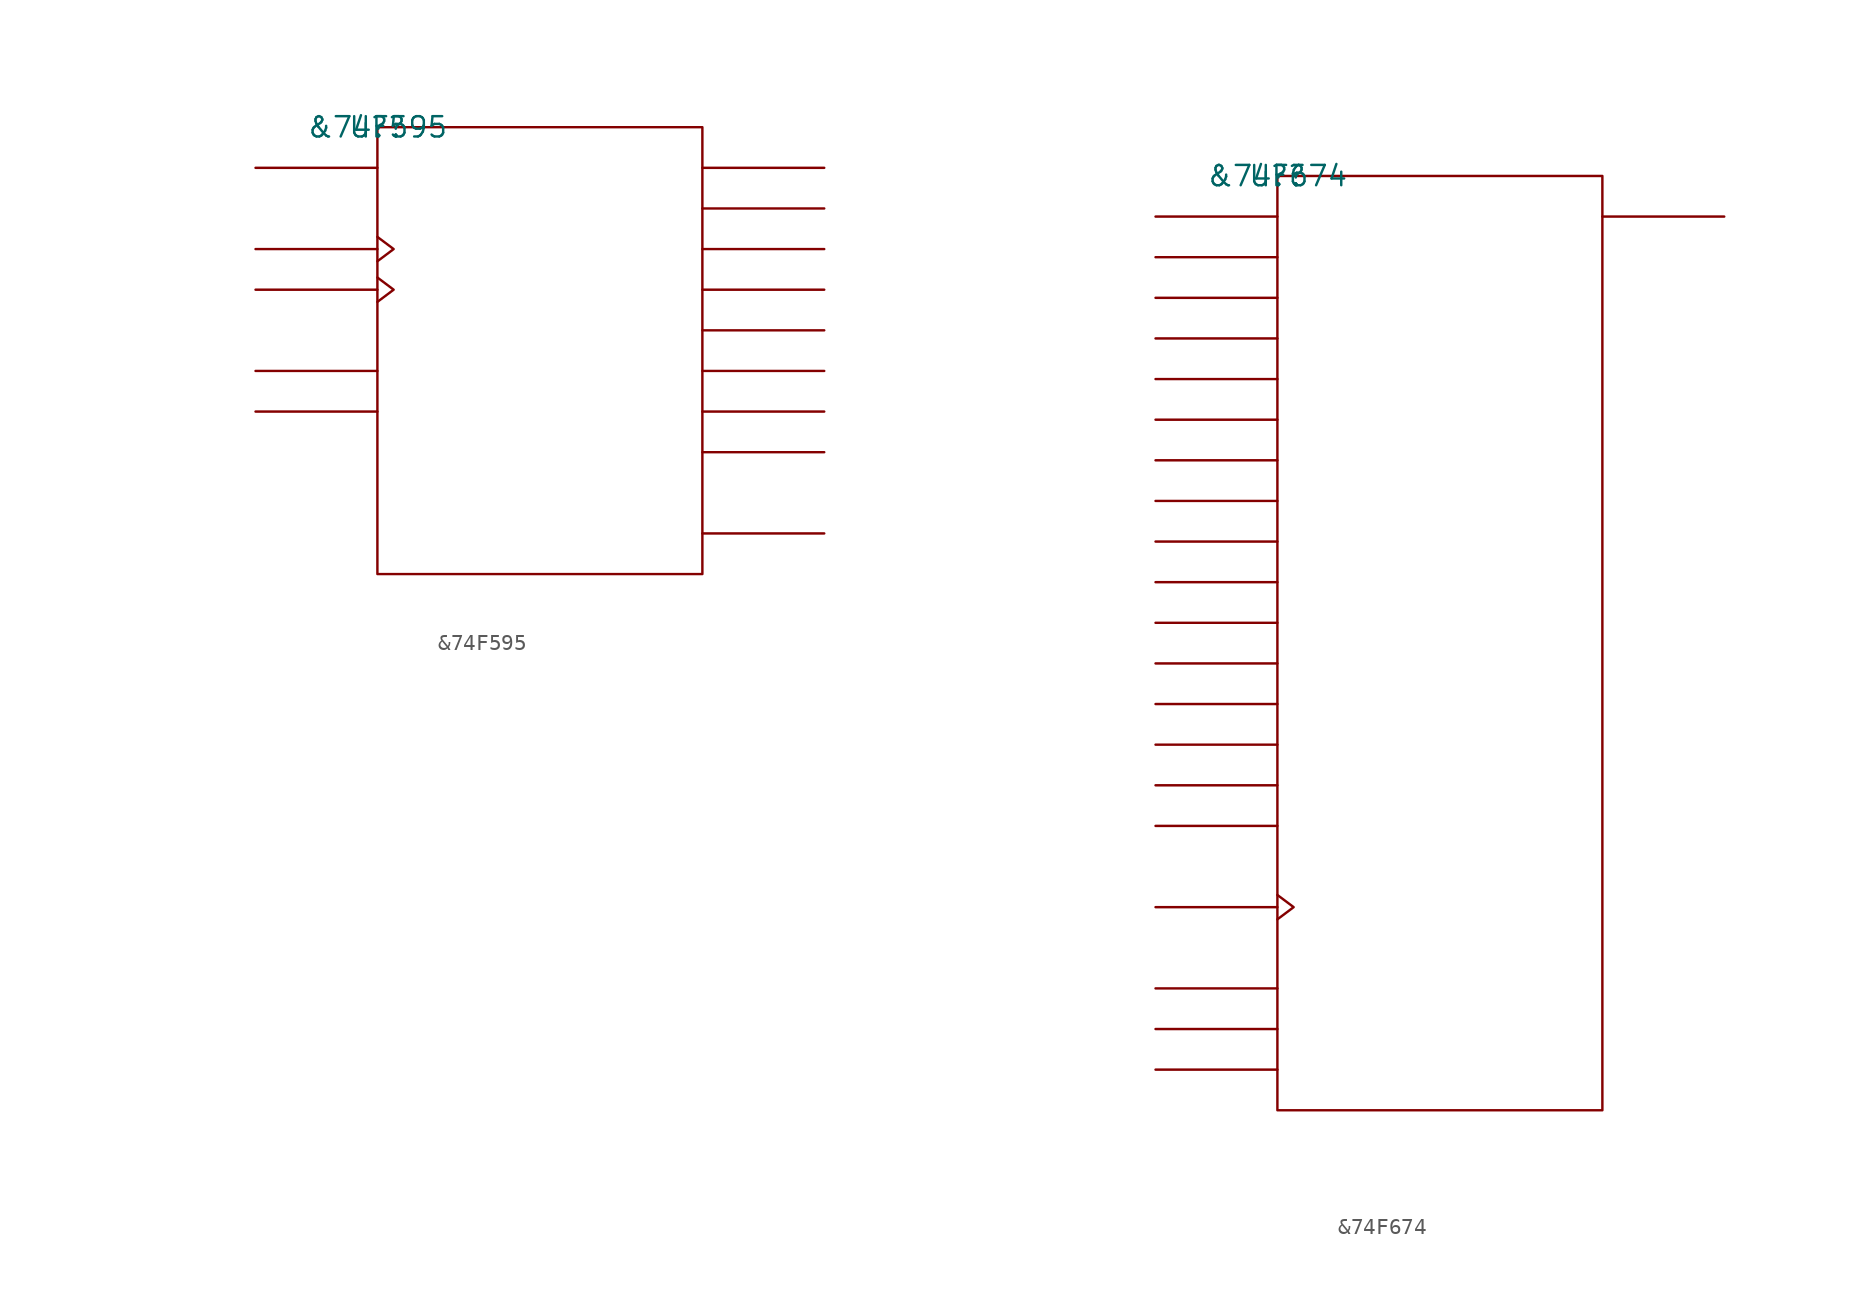
<source format=kicad_sym>
(kicad_symbol_lib
  (version 20211014)
  (generator kicad_symbol_editor)
  (symbol "&74F595"
    (pin_names
      (offset 0.762))
    (property "Reference" "U?"
      (at 0 0 0)
      (effects (font (size 1.27 1.27))))
    (property "Value" "&74F595"
      (at 0 0 0)
      (effects (font (size 1.27 1.27))))
    (symbol "&74F595_0_1"
      (rectangle (start 0 -27.94) (end 20.32 0) (stroke (width 0) (type default) (color 0 0 0 0)) (fill (type none)))
      (polyline (pts (xy 0 -17.78) (xy -7.62 -17.78)) (stroke (width 0) (type default) (color 0 0 0 0)) (fill (type none)))
      (polyline (pts (xy 0 -15.24) (xy -7.62 -15.24)) (stroke (width 0) (type default) (color 0 0 0 0)) (fill (type none)))
      (polyline (pts (xy 0 -10.16) (xy -7.62 -10.16)) (stroke (width 0) (type default) (color 0 0 0 0)) (fill (type none)))
      (polyline (pts (xy 0 -7.62) (xy -7.62 -7.62)) (stroke (width 0) (type default) (color 0 0 0 0)) (fill (type none)))
      (polyline (pts (xy 0 -2.54) (xy -7.62 -2.54)) (stroke (width 0) (type default) (color 0 0 0 0)) (fill (type none)))
      (polyline (pts (xy 20.32 -25.4) (xy 27.94 -25.4)) (stroke (width 0) (type default) (color 0 0 0 0)) (fill (type none)))
      (polyline (pts (xy 20.32 -20.32) (xy 27.94 -20.32)) (stroke (width 0) (type default) (color 0 0 0 0)) (fill (type none)))
      (polyline (pts (xy 20.32 -17.78) (xy 27.94 -17.78)) (stroke (width 0) (type default) (color 0 0 0 0)) (fill (type none)))
      (polyline (pts (xy 20.32 -15.24) (xy 27.94 -15.24)) (stroke (width 0) (type default) (color 0 0 0 0)) (fill (type none)))
      (polyline (pts (xy 20.32 -12.7) (xy 27.94 -12.7)) (stroke (width 0) (type default) (color 0 0 0 0)) (fill (type none)))
      (polyline (pts (xy 20.32 -10.16) (xy 27.94 -10.16)) (stroke (width 0) (type default) (color 0 0 0 0)) (fill (type none)))
      (polyline (pts (xy 20.32 -7.62) (xy 27.94 -7.62)) (stroke (width 0) (type default) (color 0 0 0 0)) (fill (type none)))
      (polyline (pts (xy 20.32 -5.08) (xy 27.94 -5.08)) (stroke (width 0) (type default) (color 0 0 0 0)) (fill (type none)))
      (polyline (pts (xy 20.32 -2.54) (xy 27.94 -2.54)) (stroke (width 0) (type default) (color 0 0 0 0)) (fill (type none)))
      (polyline (pts (xy 0 -9.398) (xy 1.016 -10.16) (xy 0 -10.922)) (stroke (width 0) (type default) (color 0 0 0 0)) (fill (type none)))
      (polyline (pts (xy 0 -6.858) (xy 1.016 -7.62) (xy 0 -8.382)) (stroke (width 0) (type default) (color 0 0 0 0)) (fill (type none))))
    (symbol "&74F595_1_1"
      (pin unspecified line (at 27.94 -5.08 180) (length 7.62) hide (name "Q1" (effects (font (size 1.245 1.245)))) (number "1" (effects (font (size 1.245 1.245)))))
      (pin unspecified line (at -7.62 -17.78 0) (length 7.62) hide (name "S\\H\\R\\" (effects (font (size 1.245 1.245)))) (number "10" (effects (font (size 1.245 1.245)))))
      (pin unspecified line (at -7.62 -7.62 180) (length 7.62) hide (name "SHCLK" (effects (font (size 1.245 1.245)))) (number "11" (effects (font (size 1.245 1.245)))))
      (pin unspecified line (at -7.62 -10.16 180) (length 7.62) hide (name "STCLK" (effects (font (size 1.245 1.245)))) (number "12" (effects (font (size 1.245 1.245)))))
      (pin unspecified line (at -7.62 -15.24 0) (length 7.62) hide (name "O\\E\\" (effects (font (size 1.245 1.245)))) (number "13" (effects (font (size 1.245 1.245)))))
      (pin unspecified line (at -7.62 -2.54 0) (length 7.62) hide (name "SDI" (effects (font (size 1.245 1.245)))) (number "14" (effects (font (size 1.245 1.245)))))
      (pin unspecified line (at 27.94 -2.54 180) (length 7.62) hide (name "Q0" (effects (font (size 1.245 1.245)))) (number "15" (effects (font (size 1.245 1.245)))))
      (pin power_in line (at 10.16 0 180) (length 7.62) hide (name "VCC" (effects (font (size 1.245 1.245)))) (number "16" (effects (font (size 1.245 1.245)))))
      (pin unspecified line (at 27.94 -7.62 180) (length 7.62) hide (name "Q2" (effects (font (size 1.245 1.245)))) (number "2" (effects (font (size 1.245 1.245)))))
      (pin unspecified line (at 27.94 -10.16 180) (length 7.62) hide (name "Q3" (effects (font (size 1.245 1.245)))) (number "3" (effects (font (size 1.245 1.245)))))
      (pin unspecified line (at 27.94 -12.7 180) (length 7.62) hide (name "Q4" (effects (font (size 1.245 1.245)))) (number "4" (effects (font (size 1.245 1.245)))))
      (pin unspecified line (at 27.94 -15.24 180) (length 7.62) hide (name "Q5" (effects (font (size 1.245 1.245)))) (number "5" (effects (font (size 1.245 1.245)))))
      (pin unspecified line (at 27.94 -17.78 180) (length 7.62) hide (name "Q6" (effects (font (size 1.245 1.245)))) (number "6" (effects (font (size 1.245 1.245)))))
      (pin unspecified line (at 27.94 -20.32 180) (length 7.62) hide (name "Q7" (effects (font (size 1.245 1.245)))) (number "7" (effects (font (size 1.245 1.245)))))
      (pin power_in line (at 10.16 -27.94 180) (length 7.62) hide (name "GND" (effects (font (size 1.245 1.245)))) (number "8" (effects (font (size 1.245 1.245)))))
      (pin unspecified line (at 27.94 -25.4 180) (length 7.62) hide (name "QS" (effects (font (size 1.245 1.245)))) (number "9" (effects (font (size 1.245 1.245)))))))
  (symbol "&74F674"
    (pin_names
      (offset 0.762))
    (property "Reference" "U?"
      (at 0 0 0)
      (effects (font (size 1.27 1.27))))
    (property "Value" "&74F674"
      (at 0 0 0)
      (effects (font (size 1.27 1.27))))
    (symbol "&74F674_0_1"
      (rectangle (start 0 -58.42) (end 20.32 0) (stroke (width 0) (type default) (color 0 0 0 0)) (fill (type none)))
      (polyline (pts (xy 0 -55.88) (xy -7.62 -55.88)) (stroke (width 0) (type default) (color 0 0 0 0)) (fill (type none)))
      (polyline (pts (xy 0 -53.34) (xy -7.62 -53.34)) (stroke (width 0) (type default) (color 0 0 0 0)) (fill (type none)))
      (polyline (pts (xy 0 -50.8) (xy -7.62 -50.8)) (stroke (width 0) (type default) (color 0 0 0 0)) (fill (type none)))
      (polyline (pts (xy 0 -45.72) (xy -7.62 -45.72)) (stroke (width 0) (type default) (color 0 0 0 0)) (fill (type none)))
      (polyline (pts (xy 0 -40.64) (xy -7.62 -40.64)) (stroke (width 0) (type default) (color 0 0 0 0)) (fill (type none)))
      (polyline (pts (xy 0 -38.1) (xy -7.62 -38.1)) (stroke (width 0) (type default) (color 0 0 0 0)) (fill (type none)))
      (polyline (pts (xy 0 -35.56) (xy -7.62 -35.56)) (stroke (width 0) (type default) (color 0 0 0 0)) (fill (type none)))
      (polyline (pts (xy 0 -33.02) (xy -7.62 -33.02)) (stroke (width 0) (type default) (color 0 0 0 0)) (fill (type none)))
      (polyline (pts (xy 0 -30.48) (xy -7.62 -30.48)) (stroke (width 0) (type default) (color 0 0 0 0)) (fill (type none)))
      (polyline (pts (xy 0 -27.94) (xy -7.62 -27.94)) (stroke (width 0) (type default) (color 0 0 0 0)) (fill (type none)))
      (polyline (pts (xy 0 -25.4) (xy -7.62 -25.4)) (stroke (width 0) (type default) (color 0 0 0 0)) (fill (type none)))
      (polyline (pts (xy 0 -22.86) (xy -7.62 -22.86)) (stroke (width 0) (type default) (color 0 0 0 0)) (fill (type none)))
      (polyline (pts (xy 0 -20.32) (xy -7.62 -20.32)) (stroke (width 0) (type default) (color 0 0 0 0)) (fill (type none)))
      (polyline (pts (xy 0 -17.78) (xy -7.62 -17.78)) (stroke (width 0) (type default) (color 0 0 0 0)) (fill (type none)))
      (polyline (pts (xy 0 -15.24) (xy -7.62 -15.24)) (stroke (width 0) (type default) (color 0 0 0 0)) (fill (type none)))
      (polyline (pts (xy 0 -12.7) (xy -7.62 -12.7)) (stroke (width 0) (type default) (color 0 0 0 0)) (fill (type none)))
      (polyline (pts (xy 0 -10.16) (xy -7.62 -10.16)) (stroke (width 0) (type default) (color 0 0 0 0)) (fill (type none)))
      (polyline (pts (xy 0 -7.62) (xy -7.62 -7.62)) (stroke (width 0) (type default) (color 0 0 0 0)) (fill (type none)))
      (polyline (pts (xy 0 -5.08) (xy -7.62 -5.08)) (stroke (width 0) (type default) (color 0 0 0 0)) (fill (type none)))
      (polyline (pts (xy 0 -2.54) (xy -7.62 -2.54)) (stroke (width 0) (type default) (color 0 0 0 0)) (fill (type none)))
      (polyline (pts (xy 20.32 -2.54) (xy 27.94 -2.54)) (stroke (width 0) (type default) (color 0 0 0 0)) (fill (type none)))
      (polyline (pts (xy 0 -44.958) (xy 1.016 -45.72) (xy 0 -46.482)) (stroke (width 0) (type default) (color 0 0 0 0)) (fill (type none))))
    (symbol "&74F674_1_1"
      (pin unspecified line (at -7.62 -55.88 0) (length 7.62) hide (name "C\\S\\" (effects (font (size 1.245 1.245)))) (number "1" (effects (font (size 1.245 1.245)))))
      (pin unspecified line (at -7.62 -10.16 0) (length 7.62) hide (name "D3" (effects (font (size 1.245 1.245)))) (number "10" (effects (font (size 1.245 1.245)))))
      (pin unspecified line (at -7.62 -12.7 0) (length 7.62) hide (name "D4" (effects (font (size 1.245 1.245)))) (number "11" (effects (font (size 1.245 1.245)))))
      (pin power_in line (at 10.16 -58.42 180) (length 7.62) hide (name "GND" (effects (font (size 1.245 1.245)))) (number "12" (effects (font (size 1.245 1.245)))))
      (pin unspecified line (at -7.62 -15.24 0) (length 7.62) hide (name "D5" (effects (font (size 1.245 1.245)))) (number "13" (effects (font (size 1.245 1.245)))))
      (pin unspecified line (at -7.62 -17.78 0) (length 7.62) hide (name "D6" (effects (font (size 1.245 1.245)))) (number "14" (effects (font (size 1.245 1.245)))))
      (pin unspecified line (at -7.62 -20.32 0) (length 7.62) hide (name "D7" (effects (font (size 1.245 1.245)))) (number "15" (effects (font (size 1.245 1.245)))))
      (pin unspecified line (at -7.62 -22.86 0) (length 7.62) hide (name "D8" (effects (font (size 1.245 1.245)))) (number "16" (effects (font (size 1.245 1.245)))))
      (pin unspecified line (at -7.62 -25.4 0) (length 7.62) hide (name "D9" (effects (font (size 1.245 1.245)))) (number "17" (effects (font (size 1.245 1.245)))))
      (pin unspecified line (at -7.62 -27.94 0) (length 7.62) hide (name "D10" (effects (font (size 1.245 1.245)))) (number "18" (effects (font (size 1.245 1.245)))))
      (pin unspecified line (at -7.62 -30.48 0) (length 7.62) hide (name "D11" (effects (font (size 1.245 1.245)))) (number "19" (effects (font (size 1.245 1.245)))))
      (pin unspecified line (at -7.62 -45.72 180) (length 7.62) hide (name "C\\L\\K\\" (effects (font (size 1.245 1.245)))) (number "2" (effects (font (size 1.245 1.245)))))
      (pin unspecified line (at -7.62 -33.02 0) (length 7.62) hide (name "D12" (effects (font (size 1.245 1.245)))) (number "20" (effects (font (size 1.245 1.245)))))
      (pin unspecified line (at -7.62 -35.56 0) (length 7.62) hide (name "D13" (effects (font (size 1.245 1.245)))) (number "21" (effects (font (size 1.245 1.245)))))
      (pin unspecified line (at -7.62 -38.1 0) (length 7.62) hide (name "D14" (effects (font (size 1.245 1.245)))) (number "22" (effects (font (size 1.245 1.245)))))
      (pin unspecified line (at -7.62 -40.64 0) (length 7.62) hide (name "D15" (effects (font (size 1.245 1.245)))) (number "23" (effects (font (size 1.245 1.245)))))
      (pin power_in line (at 7.62 0 180) (length 7.62) hide (name "VCC" (effects (font (size 1.245 1.245)))) (number "24" (effects (font (size 1.245 1.245)))))
      (pin unspecified line (at -7.62 -53.34 0) (length 7.62) hide (name "R/W\\" (effects (font (size 1.245 1.245)))) (number "3" (effects (font (size 1.245 1.245)))))
      (pin unspecified line (at -7.62 -50.8 0) (length 7.62) hide (name "MODE" (effects (font (size 1.245 1.245)))) (number "5" (effects (font (size 1.245 1.245)))))
      (pin unspecified line (at 27.94 -2.54 180) (length 7.62) hide (name "SI/O" (effects (font (size 1.245 1.245)))) (number "6" (effects (font (size 1.245 1.245)))))
      (pin unspecified line (at -7.62 -2.54 0) (length 7.62) hide (name "D0" (effects (font (size 1.245 1.245)))) (number "7" (effects (font (size 1.245 1.245)))))
      (pin unspecified line (at -7.62 -5.08 0) (length 7.62) hide (name "D1" (effects (font (size 1.245 1.245)))) (number "8" (effects (font (size 1.245 1.245)))))
      (pin unspecified line (at -7.62 -7.62 0) (length 7.62) hide (name "D2" (effects (font (size 1.245 1.245)))) (number "9" (effects (font (size 1.245 1.245))))))))
</source>
